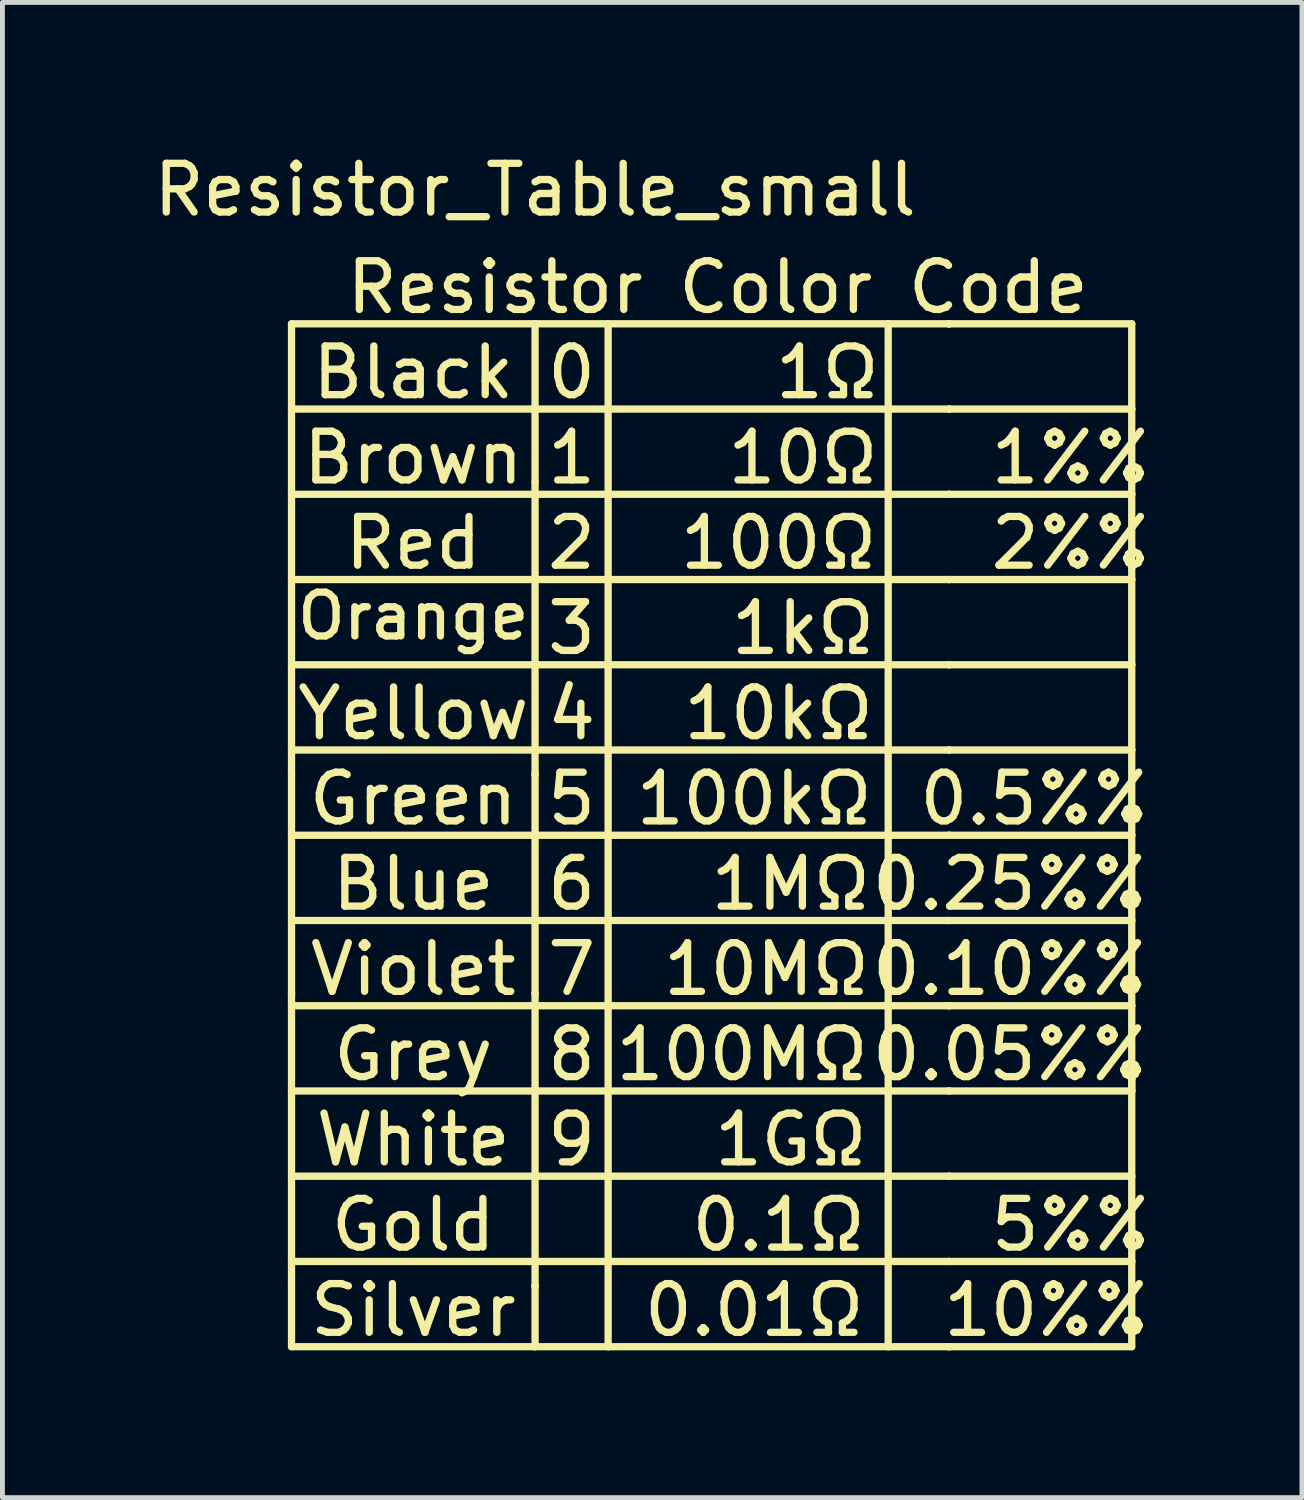
<source format=kicad_pcb>
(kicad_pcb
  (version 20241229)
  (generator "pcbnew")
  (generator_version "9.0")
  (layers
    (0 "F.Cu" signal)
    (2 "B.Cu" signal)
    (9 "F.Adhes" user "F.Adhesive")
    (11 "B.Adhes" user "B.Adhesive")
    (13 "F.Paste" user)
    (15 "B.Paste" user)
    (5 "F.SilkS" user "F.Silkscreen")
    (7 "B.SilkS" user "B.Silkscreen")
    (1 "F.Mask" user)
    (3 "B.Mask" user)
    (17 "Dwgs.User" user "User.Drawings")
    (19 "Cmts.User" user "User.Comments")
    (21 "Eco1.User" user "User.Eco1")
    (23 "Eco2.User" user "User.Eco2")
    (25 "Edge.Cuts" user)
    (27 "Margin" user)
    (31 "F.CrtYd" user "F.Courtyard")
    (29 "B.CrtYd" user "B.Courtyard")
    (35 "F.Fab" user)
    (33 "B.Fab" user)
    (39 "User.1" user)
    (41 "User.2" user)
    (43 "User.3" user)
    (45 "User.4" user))
  (footprint "Resistor_Table_small"
    (layer "F.Cu")
    (at 2.935 3.598)
    (property "Reference" "Resistor_Table_small" (at 5 -2.75 0) (layer "F.SilkS") (effects (font (size 1 1) (thickness 0.15))))
    (attr through_hole)
    (fp_line (start 0 0) (end 0 9.25) (stroke (width 0.15) (type solid)) (layer "F.SilkS"))
    (fp_line (start 0 0) (end 13.5 0) (stroke (width 0.15) (type solid)) (layer "F.SilkS"))
    (fp_line (start 0 1.75) (end 5 1.75) (stroke (width 0.15) (type solid)) (layer "F.SilkS"))
    (fp_line (start 0 3.5) (end 5 3.5) (stroke (width 0.15) (type solid)) (layer "F.SilkS"))
    (fp_line (start 0 5.25) (end 5 5.25) (stroke (width 0.15) (type solid)) (layer "F.SilkS"))
    (fp_line (start 0 7) (end 5 7) (stroke (width 0.15) (type solid)) (layer "F.SilkS"))
    (fp_line (start 0 8.75) (end 5 8.75) (stroke (width 0.15) (type solid)) (layer "F.SilkS"))
    (fp_line (start 0 9.25) (end 0 13.75) (stroke (width 0.15) (type solid)) (layer "F.SilkS"))
    (fp_line (start 0 10.5) (end 5 10.5) (stroke (width 0.15) (type solid)) (layer "F.SilkS"))
    (fp_line (start 0 12.25) (end 5 12.25) (stroke (width 0.15) (type solid)) (layer "F.SilkS"))
    (fp_line (start 0 13.75) (end 0 13.75) (stroke (width 0.15) (type solid)) (layer "F.SilkS"))
    (fp_line (start 0 14) (end 5 14) (stroke (width 0.15) (type solid)) (layer "F.SilkS"))
    (fp_line (start 0 15.75) (end 5 15.75) (stroke (width 0.15) (type solid)) (layer "F.SilkS"))
    (fp_line (start 0 17.5) (end 5 17.5) (stroke (width 0.15) (type solid)) (layer "F.SilkS"))
    (fp_line (start 0 19.25) (end 5 19.25) (stroke (width 0.15) (type solid)) (layer "F.SilkS"))
    (fp_line (start 0 19.75) (end 0 13.75) (stroke (width 0.15) (type solid)) (layer "F.SilkS"))
    (fp_line (start 0 19.75) (end 0 21) (stroke (width 0.15) (type solid)) (layer "F.SilkS"))
    (fp_line (start 0 21) (end 5 21) (stroke (width 0.15) (type solid)) (layer "F.SilkS"))
    (fp_line (start 5 0) (end 5 9.25) (stroke (width 0.15) (type solid)) (layer "F.SilkS"))
    (fp_line (start 5 1.75) (end 5 1.75) (stroke (width 0.15) (type solid)) (layer "F.SilkS"))
    (fp_line (start 5 1.75) (end 13.5 1.75) (stroke (width 0.15) (type solid)) (layer "F.SilkS"))
    (fp_line (start 5 3.25) (end 5 3.25) (stroke (width 0.15) (type solid)) (layer "F.SilkS"))
    (fp_line (start 5 3.5) (end 5 3.5) (stroke (width 0.15) (type solid)) (layer "F.SilkS"))
    (fp_line (start 5 3.5) (end 13.5 3.5) (stroke (width 0.15) (type solid)) (layer "F.SilkS"))
    (fp_line (start 5 5.25) (end 13.5 5.25) (stroke (width 0.15) (type solid)) (layer "F.SilkS"))
    (fp_line (start 5 7) (end 5 7) (stroke (width 0.15) (type solid)) (layer "F.SilkS"))
    (fp_line (start 5 7) (end 13.5 7) (stroke (width 0.15) (type solid)) (layer "F.SilkS"))
    (fp_line (start 5 8.75) (end 5 8.75) (stroke (width 0.15) (type solid)) (layer "F.SilkS"))
    (fp_line (start 5 8.75) (end 13.5 8.75) (stroke (width 0.15) (type solid)) (layer "F.SilkS"))
    (fp_line (start 5 9.25) (end 5 9.25) (stroke (width 0.15) (type solid)) (layer "F.SilkS"))
    (fp_line (start 5 9.25) (end 5 13.75) (stroke (width 0.15) (type solid)) (layer "F.SilkS"))
    (fp_line (start 5 10.5) (end 5 10.5) (stroke (width 0.15) (type solid)) (layer "F.SilkS"))
    (fp_line (start 5 10.5) (end 13.5 10.5) (stroke (width 0.15) (type solid)) (layer "F.SilkS"))
    (fp_line (start 5 12.25) (end 5 12.25) (stroke (width 0.15) (type solid)) (layer "F.SilkS"))
    (fp_line (start 5 12.25) (end 13.5 12.25) (stroke (width 0.15) (type solid)) (layer "F.SilkS"))
    (fp_line (start 5 13.75) (end 5 13.75) (stroke (width 0.15) (type solid)) (layer "F.SilkS"))
    (fp_line (start 5 13.75) (end 5 19.75) (stroke (width 0.15) (type solid)) (layer "F.SilkS"))
    (fp_line (start 5 14) (end 5 14) (stroke (width 0.15) (type solid)) (layer "F.SilkS"))
    (fp_line (start 5 14) (end 13.5 14) (stroke (width 0.15) (type solid)) (layer "F.SilkS"))
    (fp_line (start 5 15.75) (end 5 15.75) (stroke (width 0.15) (type solid)) (layer "F.SilkS"))
    (fp_line (start 5 15.75) (end 13.5 15.75) (stroke (width 0.15) (type solid)) (layer "F.SilkS"))
    (fp_line (start 5 17.5) (end 5 17.5) (stroke (width 0.15) (type solid)) (layer "F.SilkS"))
    (fp_line (start 5 17.5) (end 13.5 17.5) (stroke (width 0.15) (type solid)) (layer "F.SilkS"))
    (fp_line (start 5 19.25) (end 5 19.25) (stroke (width 0.15) (type solid)) (layer "F.SilkS"))
    (fp_line (start 5 19.25) (end 13.5 19.25) (stroke (width 0.15) (type solid)) (layer "F.SilkS"))
    (fp_line (start 5 19.75) (end 5 19.75) (stroke (width 0.15) (type solid)) (layer "F.SilkS"))
    (fp_line (start 5 19.75) (end 5 19.75) (stroke (width 0.15) (type solid)) (layer "F.SilkS"))
    (fp_line (start 5 21) (end 5 19.75) (stroke (width 0.15) (type solid)) (layer "F.SilkS"))
    (fp_line (start 5 21) (end 13.5 21) (stroke (width 0.15) (type solid)) (layer "F.SilkS"))
    (fp_line (start 6.5 0) (end 6.5 21) (stroke (width 0.15) (type solid)) (layer "F.SilkS"))
    (fp_line (start 6.5 21) (end 6.5 21) (stroke (width 0.15) (type solid)) (layer "F.SilkS"))
    (fp_line (start 12.25 0) (end 12.25 0) (stroke (width 0.15) (type solid)) (layer "F.SilkS"))
    (fp_line (start 12.25 15.75) (end 12.25 0) (stroke (width 0.15) (type solid)) (layer "F.SilkS"))
    (fp_line (start 12.25 15.75) (end 12.25 21) (stroke (width 0.15) (type solid)) (layer "F.SilkS"))
    (fp_line (start 12.25 21) (end 12.25 21) (stroke (width 0.15) (type solid)) (layer "F.SilkS"))
    (fp_line (start 13.5 0) (end 13.5 0) (stroke (width 0.15) (type solid)) (layer "F.SilkS"))
    (fp_line (start 13.5 0) (end 13.5 0) (stroke (width 0.15) (type solid)) (layer "F.SilkS"))
    (fp_line (start 13.5 1.75) (end 13.5 1.75) (stroke (width 0.15) (type solid)) (layer "F.SilkS"))
    (fp_line (start 13.5 1.75) (end 17.25 1.75) (stroke (width 0.15) (type solid)) (layer "F.SilkS"))
    (fp_line (start 13.5 3.5) (end 13.5 3.5) (stroke (width 0.15) (type solid)) (layer "F.SilkS"))
    (fp_line (start 13.5 3.5) (end 17.25 3.5) (stroke (width 0.15) (type solid)) (layer "F.SilkS"))
    (fp_line (start 13.5 5.25) (end 13.5 5.25) (stroke (width 0.15) (type solid)) (layer "F.SilkS"))
    (fp_line (start 13.5 5.25) (end 17.25 5.25) (stroke (width 0.15) (type solid)) (layer "F.SilkS"))
    (fp_line (start 13.5 7) (end 13.5 7) (stroke (width 0.15) (type solid)) (layer "F.SilkS"))
    (fp_line (start 13.5 7) (end 17.25 7) (stroke (width 0.15) (type solid)) (layer "F.SilkS"))
    (fp_line (start 13.5 8.75) (end 13.5 8.75) (stroke (width 0.15) (type solid)) (layer "F.SilkS"))
    (fp_line (start 13.5 8.75) (end 17.25 8.75) (stroke (width 0.15) (type solid)) (layer "F.SilkS"))
    (fp_line (start 13.5 10.5) (end 13.5 10.5) (stroke (width 0.15) (type solid)) (layer "F.SilkS"))
    (fp_line (start 13.5 10.5) (end 17.25 10.5) (stroke (width 0.15) (type solid)) (layer "F.SilkS"))
    (fp_line (start 13.5 12.25) (end 13.5 12.25) (stroke (width 0.15) (type solid)) (layer "F.SilkS"))
    (fp_line (start 13.5 12.25) (end 17.25 12.25) (stroke (width 0.15) (type solid)) (layer "F.SilkS"))
    (fp_line (start 13.5 14) (end 13.5 14) (stroke (width 0.15) (type solid)) (layer "F.SilkS"))
    (fp_line (start 13.5 14) (end 17.25 14) (stroke (width 0.15) (type solid)) (layer "F.SilkS"))
    (fp_line (start 13.5 15.75) (end 13.5 15.75) (stroke (width 0.15) (type solid)) (layer "F.SilkS"))
    (fp_line (start 13.5 15.75) (end 17.25 15.75) (stroke (width 0.15) (type solid)) (layer "F.SilkS"))
    (fp_line (start 13.5 17.5) (end 13.5 17.5) (stroke (width 0.15) (type solid)) (layer "F.SilkS"))
    (fp_line (start 13.5 17.5) (end 17.25 17.5) (stroke (width 0.15) (type solid)) (layer "F.SilkS"))
    (fp_line (start 13.5 19.25) (end 13.5 19.25) (stroke (width 0.15) (type solid)) (layer "F.SilkS"))
    (fp_line (start 13.5 19.25) (end 17.25 19.25) (stroke (width 0.15) (type solid)) (layer "F.SilkS"))
    (fp_line (start 13.5 21) (end 13.5 21) (stroke (width 0.15) (type solid)) (layer "F.SilkS"))
    (fp_line (start 13.5 21) (end 13.5 21) (stroke (width 0.15) (type solid)) (layer "F.SilkS"))
    (fp_line (start 17.25 0) (end 13.5 0) (stroke (width 0.15) (type solid)) (layer "F.SilkS"))
    (fp_line (start 17.25 1.75) (end 17.25 1.75) (stroke (width 0.15) (type solid)) (layer "F.SilkS"))
    (fp_line (start 17.25 3.5) (end 17.25 3.5) (stroke (width 0.15) (type solid)) (layer "F.SilkS"))
    (fp_line (start 17.25 5.25) (end 17.25 5.25) (stroke (width 0.15) (type solid)) (layer "F.SilkS"))
    (fp_line (start 17.25 7) (end 17.25 7) (stroke (width 0.15) (type solid)) (layer "F.SilkS"))
    (fp_line (start 17.25 8.75) (end 17.25 8.75) (stroke (width 0.15) (type solid)) (layer "F.SilkS"))
    (fp_line (start 17.25 10.5) (end 17.25 10.5) (stroke (width 0.15) (type solid)) (layer "F.SilkS"))
    (fp_line (start 17.25 12.25) (end 17.25 12.25) (stroke (width 0.15) (type solid)) (layer "F.SilkS"))
    (fp_line (start 17.25 14) (end 17.25 14) (stroke (width 0.15) (type solid)) (layer "F.SilkS"))
    (fp_line (start 17.25 15.5) (end 17.25 0) (stroke (width 0.15) (type solid)) (layer "F.SilkS"))
    (fp_line (start 17.25 15.5) (end 17.25 15.5) (stroke (width 0.15) (type solid)) (layer "F.SilkS"))
    (fp_line (start 17.25 15.5) (end 17.25 21) (stroke (width 0.15) (type solid)) (layer "F.SilkS"))
    (fp_line (start 17.25 15.75) (end 17.25 15.5) (stroke (width 0.15) (type solid)) (layer "F.SilkS"))
    (fp_line (start 17.25 15.75) (end 17.25 15.75) (stroke (width 0.15) (type solid)) (layer "F.SilkS"))
    (fp_line (start 17.25 17.5) (end 17.25 17.5) (stroke (width 0.15) (type solid)) (layer "F.SilkS"))
    (fp_line (start 17.25 19.25) (end 17.25 19.25) (stroke (width 0.15) (type solid)) (layer "F.SilkS"))
    (fp_line (start 17.25 21) (end 13.5 21) (stroke (width 0.15) (type solid)) (layer "F.SilkS"))
    (fp_text user "2" (at 5.75 4.5 0) (layer "F.SilkS") (effects (font (size 1 1) (thickness 0.15))))
    (fp_text user "10kΩ" (at 10 8 0) (layer "F.SilkS") (effects (font (size 1 1) (thickness 0.15))))
    (fp_text user "1GΩ" (at 10.25 16.75 0) (layer "F.SilkS") (effects (font (size 1 1) (thickness 0.15))))
    (fp_text user "100kΩ" (at 9.5 9.75 0) (layer "F.SilkS") (effects (font (size 1 1) (thickness 0.15))))
    (fp_text user "2%%" (at 16 4.5 0) (layer "F.SilkS") (effects (font (size 1 1) (thickness 0.15))))
    (fp_text user "Yellow" (at 2.5 8 0) (layer "F.SilkS") (effects (font (size 1 1) (thickness 0.15))))
    (fp_text user "Resistor Color Code" (at 8.75 -0.75 0) (layer "F.SilkS") (effects (font (size 1 1) (thickness 0.15))))
    (fp_text user "10MΩ" (at 9.75 13.25 0) (layer "F.SilkS") (effects (font (size 1 1) (thickness 0.15))))
    (fp_text user "Gold" (at 2.5 18.5 0) (layer "F.SilkS") (effects (font (size 1 1) (thickness 0.15))))
    (fp_text user "7" (at 5.75 13.25 0) (layer "F.SilkS") (effects (font (size 1 1) (thickness 0.15))))
    (fp_text user "Brown" (at 2.5 2.75 0) (layer "F.SilkS") (effects (font (size 1 1) (thickness 0.15))))
    (fp_text user "10Ω" (at 10.5 2.75 0) (layer "F.SilkS") (effects (font (size 1 1) (thickness 0.15))))
    (fp_text user "1" (at 5.75 2.75 0) (layer "F.SilkS") (effects (font (size 1 1) (thickness 0.15))))
    (fp_text user "Orange" (at 2.5 6 0) (layer "F.SilkS") (effects (font (size 0.9 0.9) (thickness 0.15))))
    (fp_text user "10%%" (at 15.5 20.25 0) (layer "F.SilkS") (effects (font (size 1 1) (thickness 0.15))))
    (fp_text user "Green" (at 2.5 9.75 0) (layer "F.SilkS") (effects (font (size 1 1) (thickness 0.15))))
    (fp_text user "0.01Ω" (at 9.5 20.25 0) (layer "F.SilkS") (effects (font (size 1 1) (thickness 0.15))))
    (fp_text user "Violet" (at 2.5 13.25 0) (layer "F.SilkS") (effects (font (size 1 1) (thickness 0.15))))
    (fp_text user "0.25%%" (at 14.75 11.5 0) (layer "F.SilkS") (effects (font (size 1 1) (thickness 0.15))))
    (fp_text user "6" (at 5.75 11.5 0) (layer "F.SilkS") (effects (font (size 1 1) (thickness 0.15))))
    (fp_text user "9" (at 5.75 16.75 0) (layer "F.SilkS") (effects (font (size 1 1) (thickness 0.15))))
    (fp_text user "Black" (at 2.5 1 0) (layer "F.SilkS") (effects (font (size 1 1) (thickness 0.15))))
    (fp_text user "0" (at 5.75 1 0) (layer "F.SilkS") (effects (font (size 1 1) (thickness 0.15))))
    (fp_text user "0.1Ω" (at 10 18.5 0) (layer "F.SilkS") (effects (font (size 1 1) (thickness 0.15))))
    (fp_text user "100Ω" (at 10 4.5 0) (layer "F.SilkS") (effects (font (size 1 1) (thickness 0.15))))
    (fp_text user "0.5%%" (at 15.25 9.75 0) (layer "F.SilkS") (effects (font (size 1 1) (thickness 0.15))))
    (fp_text user "Blue" (at 2.5 11.5 0) (layer "F.SilkS") (effects (font (size 1 1) (thickness 0.15))))
    (fp_text user "0.05%%" (at 14.75 15 0) (layer "F.SilkS") (effects (font (size 1 1) (thickness 0.15))))
    (fp_text user "5%%" (at 16 18.5 0) (layer "F.SilkS") (effects (font (size 1 1) (thickness 0.15))))
    (fp_text user "8" (at 5.75 15 0) (layer "F.SilkS") (effects (font (size 1 1) (thickness 0.15))))
    (fp_text user "Silver" (at 2.5 20.25 0) (layer "F.SilkS") (effects (font (size 1 1) (thickness 0.15))))
    (fp_text user "1kΩ" (at 10.5 6.25 0) (layer "F.SilkS") (effects (font (size 1 1) (thickness 0.15))))
    (fp_text user "Grey" (at 2.5 15 0) (layer "F.SilkS") (effects (font (size 1 1) (thickness 0.15))))
    (fp_text user "5" (at 5.75 9.75 0) (layer "F.SilkS") (effects (font (size 1 1) (thickness 0.15))))
    (fp_text user "1%%" (at 16 2.75 0) (layer "F.SilkS") (effects (font (size 1 1) (thickness 0.15))))
    (fp_text user "White" (at 2.5 16.75 0) (layer "F.SilkS") (effects (font (size 1 1) (thickness 0.15))))
    (fp_text user "100MΩ" (at 9.25 15 0) (layer "F.SilkS") (effects (font (size 1 1) (thickness 0.15))))
    (fp_text user "Red" (at 2.5 4.5 0) (layer "F.SilkS") (effects (font (size 1 1) (thickness 0.15))))
    (fp_text user "4" (at 5.75 8 0) (layer "F.SilkS") (effects (font (size 1 1) (thickness 0.15))))
    (fp_text user "1MΩ" (at 10.25 11.5 0) (layer "F.SilkS") (effects (font (size 1 1) (thickness 0.15))))
    (fp_text user "3" (at 5.75 6.25 0) (layer "F.SilkS") (effects (font (size 1 1) (thickness 0.15))))
    (fp_text user "1Ω" (at 11 1 0) (layer "F.SilkS") (effects (font (size 1 1) (thickness 0.15))))
    (fp_text user "0.10%%" (at 14.75 13.25 0) (layer "F.SilkS") (effects (font (size 1 1) (thickness 0.15)))))
  (gr_rect
    (start -3 -3)
    (end 23.679 27.697)
    (stroke (width 0.1) (type default))
    (fill no)
    (layer "Edge.Cuts")))
</source>
